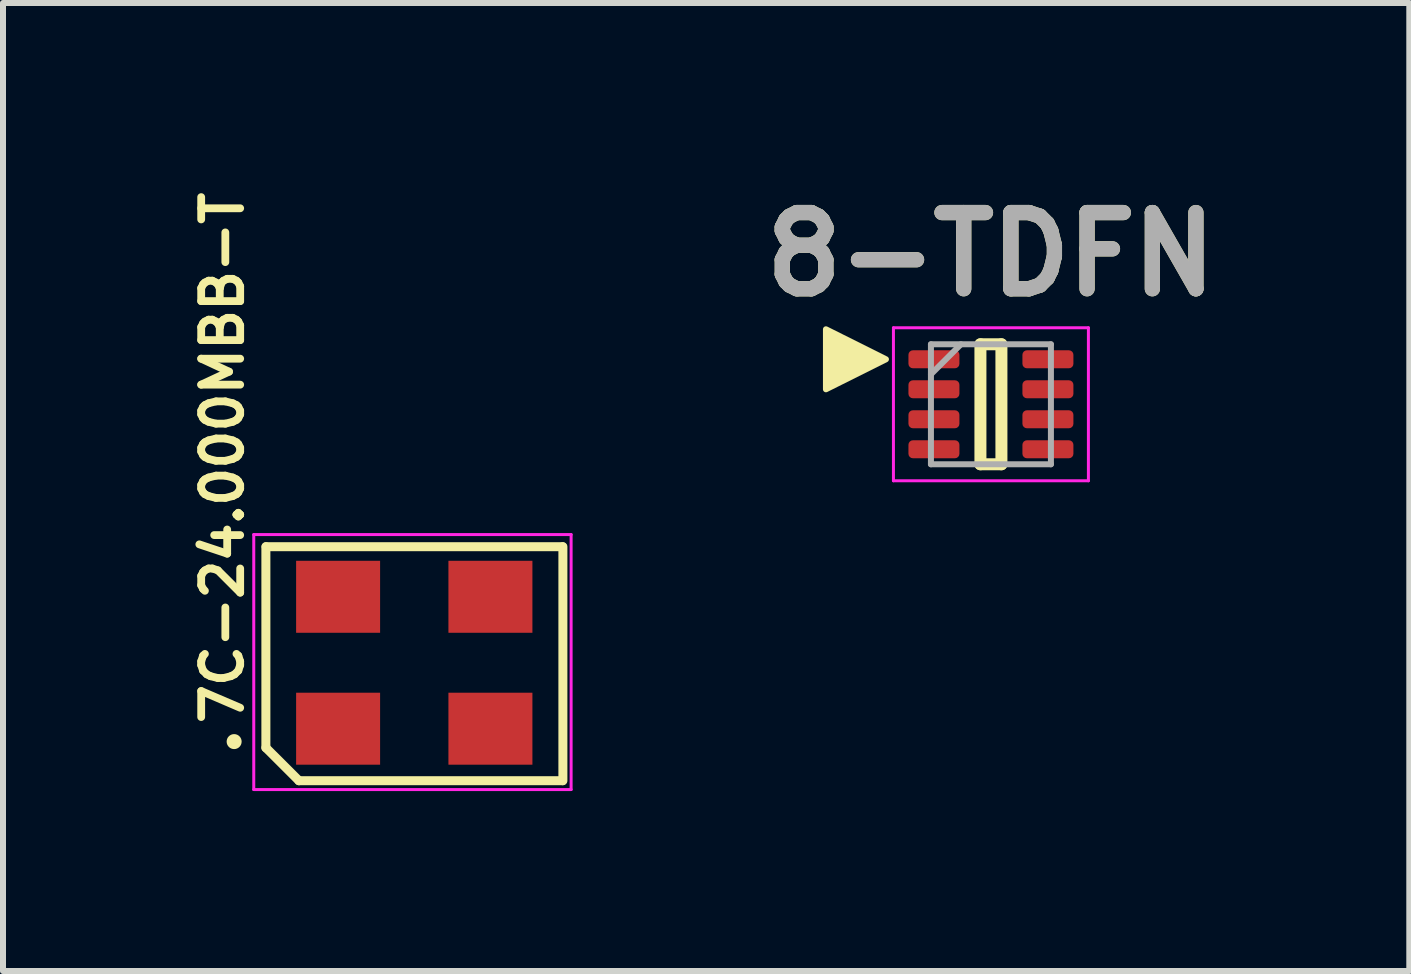
<source format=kicad_pcb>
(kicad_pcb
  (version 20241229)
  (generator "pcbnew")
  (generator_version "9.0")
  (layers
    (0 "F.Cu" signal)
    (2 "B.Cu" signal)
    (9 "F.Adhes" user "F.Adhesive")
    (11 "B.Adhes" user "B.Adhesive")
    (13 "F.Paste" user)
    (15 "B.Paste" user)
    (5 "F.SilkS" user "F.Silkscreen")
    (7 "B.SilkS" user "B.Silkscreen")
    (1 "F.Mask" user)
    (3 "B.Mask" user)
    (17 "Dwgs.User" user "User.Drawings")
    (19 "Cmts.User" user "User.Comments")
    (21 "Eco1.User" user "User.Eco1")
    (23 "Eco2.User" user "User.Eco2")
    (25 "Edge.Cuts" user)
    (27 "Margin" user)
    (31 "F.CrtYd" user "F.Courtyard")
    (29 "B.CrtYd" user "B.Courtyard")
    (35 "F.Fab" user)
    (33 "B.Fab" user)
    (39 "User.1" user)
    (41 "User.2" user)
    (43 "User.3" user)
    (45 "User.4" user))
  (footprint "8-TDFN"
    (layer "F.Cu")
    (at 13.468 3.689)
    (property "Reference" "8-TDFN" (at 0 -2.5 0) (layer "F.SilkS") (effects (font (size 1.27 1.27) (thickness 0.254))))
    (attr smd)
    (fp_line (start -0.175 -1) (end 0.175 -1) (stroke (width 0.2) (type solid)) (layer "F.SilkS"))
    (fp_line (start -0.175 1) (end -0.175 -1) (stroke (width 0.2) (type solid)) (layer "F.SilkS"))
    (fp_line (start 0.175 -1) (end 0.175 1) (stroke (width 0.2) (type solid)) (layer "F.SilkS"))
    (fp_line (start 0.175 1) (end -0.175 1) (stroke (width 0.2) (type solid)) (layer "F.SilkS"))
    (fp_poly (pts (xy -1.75 -0.75) (xy -2.75 -0.25) (xy -2.75 -1.25)) (stroke (width 0.1) (type solid)) (fill yes) (layer "F.SilkS"))
    (fp_line (start -1.625 -1.275) (end 1.625 -1.275) (stroke (width 0.05) (type solid)) (layer "F.CrtYd"))
    (fp_line (start -1.625 1.275) (end -1.625 -1.275) (stroke (width 0.05) (type solid)) (layer "F.CrtYd"))
    (fp_line (start 1.625 -1.275) (end 1.625 1.275) (stroke (width 0.05) (type solid)) (layer "F.CrtYd"))
    (fp_line (start 1.625 1.275) (end -1.625 1.275) (stroke (width 0.05) (type solid)) (layer "F.CrtYd"))
    (fp_line (start -1 -1) (end 1 -1) (stroke (width 0.1) (type solid)) (layer "F.Fab"))
    (fp_line (start -1 -0.5) (end -0.5 -1) (stroke (width 0.1) (type solid)) (layer "F.Fab"))
    (fp_line (start -1 1) (end -1 -1) (stroke (width 0.1) (type solid)) (layer "F.Fab"))
    (fp_line (start 1 -1) (end 1 1) (stroke (width 0.1) (type solid)) (layer "F.Fab"))
    (fp_line (start 1 1) (end -1 1) (stroke (width 0.1) (type solid)) (layer "F.Fab"))
    (fp_text user "${REFERENCE}" (at 0 -2.5 0) (layer "F.Fab") (effects (font (size 1.27 1.27) (thickness 0.254))))
    (pad "1" smd roundrect (at -0.95 -0.75 90) (size 0.3 0.85) (layers "F.Cu" "F.Mask" "F.Paste") (roundrect_rratio 0.25))
    (pad "2" smd roundrect (at -0.95 -0.25 90) (size 0.3 0.85) (layers "F.Cu" "F.Mask" "F.Paste") (roundrect_rratio 0.25))
    (pad "3" smd roundrect (at -0.95 0.25 90) (size 0.3 0.85) (layers "F.Cu" "F.Mask" "F.Paste") (roundrect_rratio 0.25))
    (pad "4" smd roundrect (at -0.95 0.75 90) (size 0.3 0.85) (layers "F.Cu" "F.Mask" "F.Paste") (roundrect_rratio 0.25))
    (pad "5" smd roundrect (at 0.95 0.75 90) (size 0.3 0.85) (layers "F.Cu" "F.Mask" "F.Paste") (roundrect_rratio 0.25))
    (pad "6" smd roundrect (at 0.95 0.25 90) (size 0.3 0.85) (layers "F.Cu" "F.Mask" "F.Paste") (roundrect_rratio 0.25))
    (pad "7" smd roundrect (at 0.95 -0.25 90) (size 0.3 0.85) (layers "F.Cu" "F.Mask" "F.Paste") (roundrect_rratio 0.25))
    (pad "8" smd roundrect (at 0.95 -0.75 90) (size 0.3 0.85) (layers "F.Cu" "F.Mask" "F.Paste") (roundrect_rratio 0.25)))
  (footprint "7C-24.000MBB-T"
    (layer "F.Cu")
    (at 3.85 7.991)
    (property "Reference" "7C-24.000MBB-T" (at -2.81 1.09 270) (layer "F.SilkS") (effects (font (size 0.65 0.65) (thickness 0.13)) (justify left bottom)))
    (attr smd)
    (fp_line (start -2.468 1.423) (end -2.468 -1.928) (stroke (width 0.15) (type solid)) (layer "F.SilkS"))
    (fp_line (start -2.464 -1.928) (end 2.475 -1.928) (stroke (width 0.15) (type solid)) (layer "F.SilkS"))
    (fp_line (start -1.917 1.973) (end -2.468 1.423) (stroke (width 0.15) (type solid)) (layer "F.SilkS"))
    (fp_line (start 2.475 1.973) (end -1.917 1.973) (stroke (width 0.15) (type solid)) (layer "F.SilkS"))
    (fp_line (start 2.483 -1.928) (end 2.483 1.973) (stroke (width 0.15) (type solid)) (layer "F.SilkS"))
    (fp_circle (center -2.997 1.321) (end -2.947 1.321) (stroke (width 0.15) (type solid)) (fill yes) (layer "F.SilkS"))
    (fp_line (start -2.67 -2.13) (end 2.62 -2.13) (stroke (width 0.05) (type solid)) (layer "F.CrtYd"))
    (fp_line (start -2.67 2.12) (end -2.67 -2.13) (stroke (width 0.05) (type solid)) (layer "F.CrtYd"))
    (fp_line (start 2.62 -2.13) (end 2.62 2.12) (stroke (width 0.05) (type solid)) (layer "F.CrtYd"))
    (fp_line (start 2.62 2.12) (end -2.67 2.12) (stroke (width 0.05) (type solid)) (layer "F.CrtYd"))
    (fp_rect (start -2.5 -1.601) (end 2.499 1.6) (stroke (width 0.1) (type solid)) (fill no) (layer "User.5"))
    (fp_line (start -2.5 -1.351) (end -2.488 -1.351) (stroke (width 0.02) (type solid)) (layer "User.9"))
    (fp_line (start -2.5 1.35) (end -2.5 -1.351) (stroke (width 0.02) (type solid)) (layer "User.9"))
    (fp_line (start -2.488 -1.351) (end -2.476 -1.353) (stroke (width 0.02) (type solid)) (layer "User.9"))
    (fp_line (start -2.488 1.35) (end -2.5 1.35) (stroke (width 0.02) (type solid)) (layer "User.9"))
    (fp_line (start -2.476 -1.353) (end -2.464 -1.353) (stroke (width 0.02) (type solid)) (layer "User.9"))
    (fp_line (start -2.476 1.35) (end -2.488 1.35) (stroke (width 0.02) (type solid)) (layer "User.9"))
    (fp_line (start -2.464 -1.353) (end -2.452 -1.355) (stroke (width 0.02) (type solid)) (layer "User.9"))
    (fp_line (start -2.464 1.352) (end -2.476 1.35) (stroke (width 0.02) (type solid)) (layer "User.9"))
    (fp_line (start -2.452 -1.355) (end -2.44 -1.359) (stroke (width 0.02) (type solid)) (layer "User.9"))
    (fp_line (start -2.452 1.354) (end -2.464 1.352) (stroke (width 0.02) (type solid)) (layer "User.9"))
    (fp_line (start -2.44 -1.359) (end -2.428 -1.361) (stroke (width 0.02) (type solid)) (layer "User.9"))
    (fp_line (start -2.44 1.356) (end -2.452 1.354) (stroke (width 0.02) (type solid)) (layer "User.9"))
    (fp_line (start -2.428 -1.361) (end -2.416 -1.365) (stroke (width 0.02) (type solid)) (layer "User.9"))
    (fp_line (start -2.428 1.36) (end -2.44 1.356) (stroke (width 0.02) (type solid)) (layer "User.9"))
    (fp_line (start -2.416 -1.365) (end -2.406 -1.371) (stroke (width 0.02) (type solid)) (layer "User.9"))
    (fp_line (start -2.416 1.364) (end -2.428 1.36) (stroke (width 0.02) (type solid)) (layer "User.9"))
    (fp_line (start -2.406 -1.371) (end -2.395 -1.375) (stroke (width 0.02) (type solid)) (layer "User.9"))
    (fp_line (start -2.406 1.368) (end -2.416 1.364) (stroke (width 0.02) (type solid)) (layer "User.9"))
    (fp_line (start -2.395 -1.375) (end -2.383 -1.381) (stroke (width 0.02) (type solid)) (layer "User.9"))
    (fp_line (start -2.395 1.374) (end -2.406 1.368) (stroke (width 0.02) (type solid)) (layer "User.9"))
    (fp_line (start -2.383 -1.381) (end -2.372 -1.387) (stroke (width 0.02) (type solid)) (layer "User.9"))
    (fp_line (start -2.383 1.378) (end -2.395 1.374) (stroke (width 0.02) (type solid)) (layer "User.9"))
    (fp_line (start -2.372 -1.387) (end -2.362 -1.393) (stroke (width 0.02) (type solid)) (layer "User.9"))
    (fp_line (start -2.372 1.384) (end -2.383 1.378) (stroke (width 0.02) (type solid)) (layer "User.9"))
    (fp_line (start -2.362 -1.393) (end -2.351 -1.401) (stroke (width 0.02) (type solid)) (layer "User.9"))
    (fp_line (start -2.362 1.392) (end -2.372 1.384) (stroke (width 0.02) (type solid)) (layer "User.9"))
    (fp_line (start -2.351 -1.401) (end -2.343 -1.407) (stroke (width 0.02) (type solid)) (layer "User.9"))
    (fp_line (start -2.351 1.398) (end -2.362 1.392) (stroke (width 0.02) (type solid)) (layer "User.9"))
    (fp_line (start -2.343 -1.407) (end -2.332 -1.416) (stroke (width 0.02) (type solid)) (layer "User.9"))
    (fp_line (start -2.343 1.406) (end -2.351 1.398) (stroke (width 0.02) (type solid)) (layer "User.9"))
    (fp_line (start -2.332 -1.416) (end -2.324 -1.424) (stroke (width 0.02) (type solid)) (layer "User.9"))
    (fp_line (start -2.332 1.413) (end -2.343 1.406) (stroke (width 0.02) (type solid)) (layer "User.9"))
    (fp_line (start -2.324 -1.424) (end -2.315 -1.432) (stroke (width 0.02) (type solid)) (layer "User.9"))
    (fp_line (start -2.324 -1.424) (end -2.25 -1.351) (stroke (width 0.02) (type solid)) (layer "User.9"))
    (fp_line (start -2.324 1.423) (end -2.332 1.413) (stroke (width 0.02) (type solid)) (layer "User.9"))
    (fp_line (start -2.315 -1.432) (end -2.307 -1.442) (stroke (width 0.02) (type solid)) (layer "User.9"))
    (fp_line (start -2.315 1.431) (end -2.324 1.423) (stroke (width 0.02) (type solid)) (layer "User.9"))
    (fp_line (start -2.307 -1.442) (end -2.301 -1.452) (stroke (width 0.02) (type solid)) (layer "User.9"))
    (fp_line (start -2.307 1.441) (end -2.315 1.431) (stroke (width 0.02) (type solid)) (layer "User.9"))
    (fp_line (start -2.301 -1.452) (end -2.294 -1.462) (stroke (width 0.02) (type solid)) (layer "User.9"))
    (fp_line (start -2.301 1.449) (end -2.307 1.441) (stroke (width 0.02) (type solid)) (layer "User.9"))
    (fp_line (start -2.294 -1.462) (end -2.286 -1.472) (stroke (width 0.02) (type solid)) (layer "User.9"))
    (fp_line (start -2.294 1.459) (end -2.301 1.449) (stroke (width 0.02) (type solid)) (layer "User.9"))
    (fp_line (start -2.286 -1.472) (end -2.281 -1.482) (stroke (width 0.02) (type solid)) (layer "User.9"))
    (fp_line (start -2.286 1.471) (end -2.294 1.459) (stroke (width 0.02) (type solid)) (layer "User.9"))
    (fp_line (start -2.281 -1.482) (end -2.275 -1.494) (stroke (width 0.02) (type solid)) (layer "User.9"))
    (fp_line (start -2.281 1.481) (end -2.286 1.471) (stroke (width 0.02) (type solid)) (layer "User.9"))
    (fp_line (start -2.275 -1.494) (end -2.27 -1.506) (stroke (width 0.02) (type solid)) (layer "User.9"))
    (fp_line (start -2.275 1.493) (end -2.281 1.481) (stroke (width 0.02) (type solid)) (layer "User.9"))
    (fp_line (start -2.27 -1.506) (end -2.266 -1.516) (stroke (width 0.02) (type solid)) (layer "User.9"))
    (fp_line (start -2.27 1.503) (end -2.275 1.493) (stroke (width 0.02) (type solid)) (layer "User.9"))
    (fp_line (start -2.266 -1.516) (end -2.262 -1.528) (stroke (width 0.02) (type solid)) (layer "User.9"))
    (fp_line (start -2.266 1.515) (end -2.27 1.503) (stroke (width 0.02) (type solid)) (layer "User.9"))
    (fp_line (start -2.262 -1.528) (end -2.258 -1.541) (stroke (width 0.02) (type solid)) (layer "User.9"))
    (fp_line (start -2.262 1.527) (end -2.266 1.515) (stroke (width 0.02) (type solid)) (layer "User.9"))
    (fp_line (start -2.258 -1.541) (end -2.255 -1.553) (stroke (width 0.02) (type solid)) (layer "User.9"))
    (fp_line (start -2.258 1.538) (end -2.262 1.527) (stroke (width 0.02) (type solid)) (layer "User.9"))
    (fp_line (start -2.255 -1.553) (end -2.254 -1.565) (stroke (width 0.02) (type solid)) (layer "User.9"))
    (fp_line (start -2.255 1.55) (end -2.258 1.538) (stroke (width 0.02) (type solid)) (layer "User.9"))
    (fp_line (start -2.254 -1.565) (end -2.253 -1.577) (stroke (width 0.02) (type solid)) (layer "User.9"))
    (fp_line (start -2.254 1.562) (end -2.255 1.55) (stroke (width 0.02) (type solid)) (layer "User.9"))
    (fp_line (start -2.253 -1.577) (end -2.251 -1.589) (stroke (width 0.02) (type solid)) (layer "User.9"))
    (fp_line (start -2.253 1.574) (end -2.254 1.562) (stroke (width 0.02) (type solid)) (layer "User.9"))
    (fp_line (start -2.251 -1.589) (end -2.25 -1.601) (stroke (width 0.02) (type solid)) (layer "User.9"))
    (fp_line (start -2.251 1.586) (end -2.253 1.574) (stroke (width 0.02) (type solid)) (layer "User.9"))
    (fp_line (start -2.25 -1.601) (end 2.249 -1.601) (stroke (width 0.02) (type solid)) (layer "User.9"))
    (fp_line (start -2.25 -1.351) (end -2.25 1.35) (stroke (width 0.02) (type solid)) (layer "User.9"))
    (fp_line (start -2.25 1.35) (end -2.324 1.423) (stroke (width 0.02) (type solid)) (layer "User.9"))
    (fp_line (start -2.25 1.35) (end 2.249 1.35) (stroke (width 0.02) (type solid)) (layer "User.9"))
    (fp_line (start -2.25 1.6) (end -2.251 1.586) (stroke (width 0.02) (type solid)) (layer "User.9"))
    (fp_line (start 2.249 -1.601) (end 2.249 -1.589) (stroke (width 0.02) (type solid)) (layer "User.9"))
    (fp_line (start 2.249 -1.589) (end 2.25 -1.577) (stroke (width 0.02) (type solid)) (layer "User.9"))
    (fp_line (start 2.249 -1.351) (end -2.25 -1.351) (stroke (width 0.02) (type solid)) (layer "User.9"))
    (fp_line (start 2.249 1.35) (end 2.249 -1.351) (stroke (width 0.02) (type solid)) (layer "User.9"))
    (fp_line (start 2.249 1.35) (end 2.322 1.423) (stroke (width 0.02) (type solid)) (layer "User.9"))
    (fp_line (start 2.249 1.586) (end 2.249 1.6) (stroke (width 0.02) (type solid)) (layer "User.9"))
    (fp_line (start 2.249 1.6) (end -2.25 1.6) (stroke (width 0.02) (type solid)) (layer "User.9"))
    (fp_line (start 2.25 -1.577) (end 2.252 -1.565) (stroke (width 0.02) (type solid)) (layer "User.9"))
    (fp_line (start 2.25 1.574) (end 2.249 1.586) (stroke (width 0.02) (type solid)) (layer "User.9"))
    (fp_line (start 2.252 -1.565) (end 2.253 -1.553) (stroke (width 0.02) (type solid)) (layer "User.9"))
    (fp_line (start 2.252 1.562) (end 2.25 1.574) (stroke (width 0.02) (type solid)) (layer "User.9"))
    (fp_line (start 2.253 -1.553) (end 2.257 -1.541) (stroke (width 0.02) (type solid)) (layer "User.9"))
    (fp_line (start 2.253 1.55) (end 2.252 1.562) (stroke (width 0.02) (type solid)) (layer "User.9"))
    (fp_line (start 2.257 -1.541) (end 2.26 -1.528) (stroke (width 0.02) (type solid)) (layer "User.9"))
    (fp_line (start 2.257 1.538) (end 2.253 1.55) (stroke (width 0.02) (type solid)) (layer "User.9"))
    (fp_line (start 2.26 -1.528) (end 2.264 -1.516) (stroke (width 0.02) (type solid)) (layer "User.9"))
    (fp_line (start 2.26 1.527) (end 2.257 1.538) (stroke (width 0.02) (type solid)) (layer "User.9"))
    (fp_line (start 2.264 -1.516) (end 2.269 -1.506) (stroke (width 0.02) (type solid)) (layer "User.9"))
    (fp_line (start 2.264 1.515) (end 2.26 1.527) (stroke (width 0.02) (type solid)) (layer "User.9"))
    (fp_line (start 2.269 -1.506) (end 2.273 -1.494) (stroke (width 0.02) (type solid)) (layer "User.9"))
    (fp_line (start 2.269 1.503) (end 2.264 1.515) (stroke (width 0.02) (type solid)) (layer "User.9"))
    (fp_line (start 2.273 -1.494) (end 2.278 -1.482) (stroke (width 0.02) (type solid)) (layer "User.9"))
    (fp_line (start 2.273 1.493) (end 2.269 1.503) (stroke (width 0.02) (type solid)) (layer "User.9"))
    (fp_line (start 2.278 -1.482) (end 2.285 -1.472) (stroke (width 0.02) (type solid)) (layer "User.9"))
    (fp_line (start 2.278 1.481) (end 2.273 1.493) (stroke (width 0.02) (type solid)) (layer "User.9"))
    (fp_line (start 2.285 -1.472) (end 2.292 -1.462) (stroke (width 0.02) (type solid)) (layer "User.9"))
    (fp_line (start 2.285 1.471) (end 2.278 1.481) (stroke (width 0.02) (type solid)) (layer "User.9"))
    (fp_line (start 2.292 -1.462) (end 2.298 -1.452) (stroke (width 0.02) (type solid)) (layer "User.9"))
    (fp_line (start 2.292 1.459) (end 2.285 1.471) (stroke (width 0.02) (type solid)) (layer "User.9"))
    (fp_line (start 2.298 -1.452) (end 2.306 -1.442) (stroke (width 0.02) (type solid)) (layer "User.9"))
    (fp_line (start 2.298 1.449) (end 2.292 1.459) (stroke (width 0.02) (type solid)) (layer "User.9"))
    (fp_line (start 2.306 -1.442) (end 2.314 -1.432) (stroke (width 0.02) (type solid)) (layer "User.9"))
    (fp_line (start 2.306 1.441) (end 2.298 1.449) (stroke (width 0.02) (type solid)) (layer "User.9"))
    (fp_line (start 2.314 -1.432) (end 2.322 -1.424) (stroke (width 0.02) (type solid)) (layer "User.9"))
    (fp_line (start 2.314 1.431) (end 2.306 1.441) (stroke (width 0.02) (type solid)) (layer "User.9"))
    (fp_line (start 2.322 -1.424) (end 2.249 -1.351) (stroke (width 0.02) (type solid)) (layer "User.9"))
    (fp_line (start 2.322 -1.424) (end 2.33 -1.416) (stroke (width 0.02) (type solid)) (layer "User.9"))
    (fp_line (start 2.322 1.423) (end 2.314 1.431) (stroke (width 0.02) (type solid)) (layer "User.9"))
    (fp_line (start 2.33 -1.416) (end 2.341 -1.407) (stroke (width 0.02) (type solid)) (layer "User.9"))
    (fp_line (start 2.33 1.413) (end 2.322 1.423) (stroke (width 0.02) (type solid)) (layer "User.9"))
    (fp_line (start 2.341 -1.407) (end 2.35 -1.401) (stroke (width 0.02) (type solid)) (layer "User.9"))
    (fp_line (start 2.341 1.406) (end 2.33 1.413) (stroke (width 0.02) (type solid)) (layer "User.9"))
    (fp_line (start 2.35 -1.401) (end 2.359 -1.393) (stroke (width 0.02) (type solid)) (layer "User.9"))
    (fp_line (start 2.35 1.398) (end 2.341 1.406) (stroke (width 0.02) (type solid)) (layer "User.9"))
    (fp_line (start 2.359 -1.393) (end 2.37 -1.387) (stroke (width 0.02) (type solid)) (layer "User.9"))
    (fp_line (start 2.359 1.392) (end 2.35 1.398) (stroke (width 0.02) (type solid)) (layer "User.9"))
    (fp_line (start 2.37 -1.387) (end 2.381 -1.381) (stroke (width 0.02) (type solid)) (layer "User.9"))
    (fp_line (start 2.37 1.384) (end 2.359 1.392) (stroke (width 0.02) (type solid)) (layer "User.9"))
    (fp_line (start 2.381 -1.381) (end 2.393 -1.375) (stroke (width 0.02) (type solid)) (layer "User.9"))
    (fp_line (start 2.381 1.378) (end 2.37 1.384) (stroke (width 0.02) (type solid)) (layer "User.9"))
    (fp_line (start 2.393 -1.375) (end 2.403 -1.371) (stroke (width 0.02) (type solid)) (layer "User.9"))
    (fp_line (start 2.393 1.374) (end 2.381 1.378) (stroke (width 0.02) (type solid)) (layer "User.9"))
    (fp_line (start 2.403 -1.371) (end 2.414 -1.365) (stroke (width 0.02) (type solid)) (layer "User.9"))
    (fp_line (start 2.403 1.368) (end 2.393 1.374) (stroke (width 0.02) (type solid)) (layer "User.9"))
    (fp_line (start 2.414 -1.365) (end 2.426 -1.361) (stroke (width 0.02) (type solid)) (layer "User.9"))
    (fp_line (start 2.414 1.364) (end 2.403 1.368) (stroke (width 0.02) (type solid)) (layer "User.9"))
    (fp_line (start 2.426 -1.361) (end 2.439 -1.359) (stroke (width 0.02) (type solid)) (layer "User.9"))
    (fp_line (start 2.426 1.36) (end 2.414 1.364) (stroke (width 0.02) (type solid)) (layer "User.9"))
    (fp_line (start 2.439 -1.359) (end 2.451 -1.355) (stroke (width 0.02) (type solid)) (layer "User.9"))
    (fp_line (start 2.439 1.356) (end 2.426 1.36) (stroke (width 0.02) (type solid)) (layer "User.9"))
    (fp_line (start 2.451 -1.355) (end 2.463 -1.353) (stroke (width 0.02) (type solid)) (layer "User.9"))
    (fp_line (start 2.451 1.354) (end 2.439 1.356) (stroke (width 0.02) (type solid)) (layer "User.9"))
    (fp_line (start 2.463 -1.353) (end 2.475 -1.353) (stroke (width 0.02) (type solid)) (layer "User.9"))
    (fp_line (start 2.463 1.352) (end 2.451 1.354) (stroke (width 0.02) (type solid)) (layer "User.9"))
    (fp_line (start 2.475 -1.353) (end 2.487 -1.351) (stroke (width 0.02) (type solid)) (layer "User.9"))
    (fp_line (start 2.475 1.35) (end 2.463 1.352) (stroke (width 0.02) (type solid)) (layer "User.9"))
    (fp_line (start 2.487 -1.351) (end 2.499 -1.351) (stroke (width 0.02) (type solid)) (layer "User.9"))
    (fp_line (start 2.487 1.35) (end 2.475 1.35) (stroke (width 0.02) (type solid)) (layer "User.9"))
    (fp_line (start 2.499 -1.351) (end 2.499 1.35) (stroke (width 0.02) (type solid)) (layer "User.9"))
    (fp_line (start 2.499 1.35) (end 2.487 1.35) (stroke (width 0.02) (type solid)) (layer "User.9"))
    (pad "1" smd rect (at -1.264 1.106) (size 1.4 1.2) (layers "F.Cu" "F.Mask" "F.Paste"))
    (pad "2" smd rect (at 1.275 1.106) (size 1.4 1.2) (layers "F.Cu" "F.Mask" "F.Paste"))
    (pad "3" smd rect (at 1.275 -1.093) (size 1.4 1.2) (layers "F.Cu" "F.Mask" "F.Paste"))
    (pad "4" smd rect (at -1.264 -1.093) (size 1.4 1.2) (layers "F.Cu" "F.Mask" "F.Paste")))
  (gr_rect
    (start -3 -3)
    (end 20.442 13.136)
    (stroke (width 0.1) (type default))
    (fill no)
    (layer "Edge.Cuts")))
</source>
